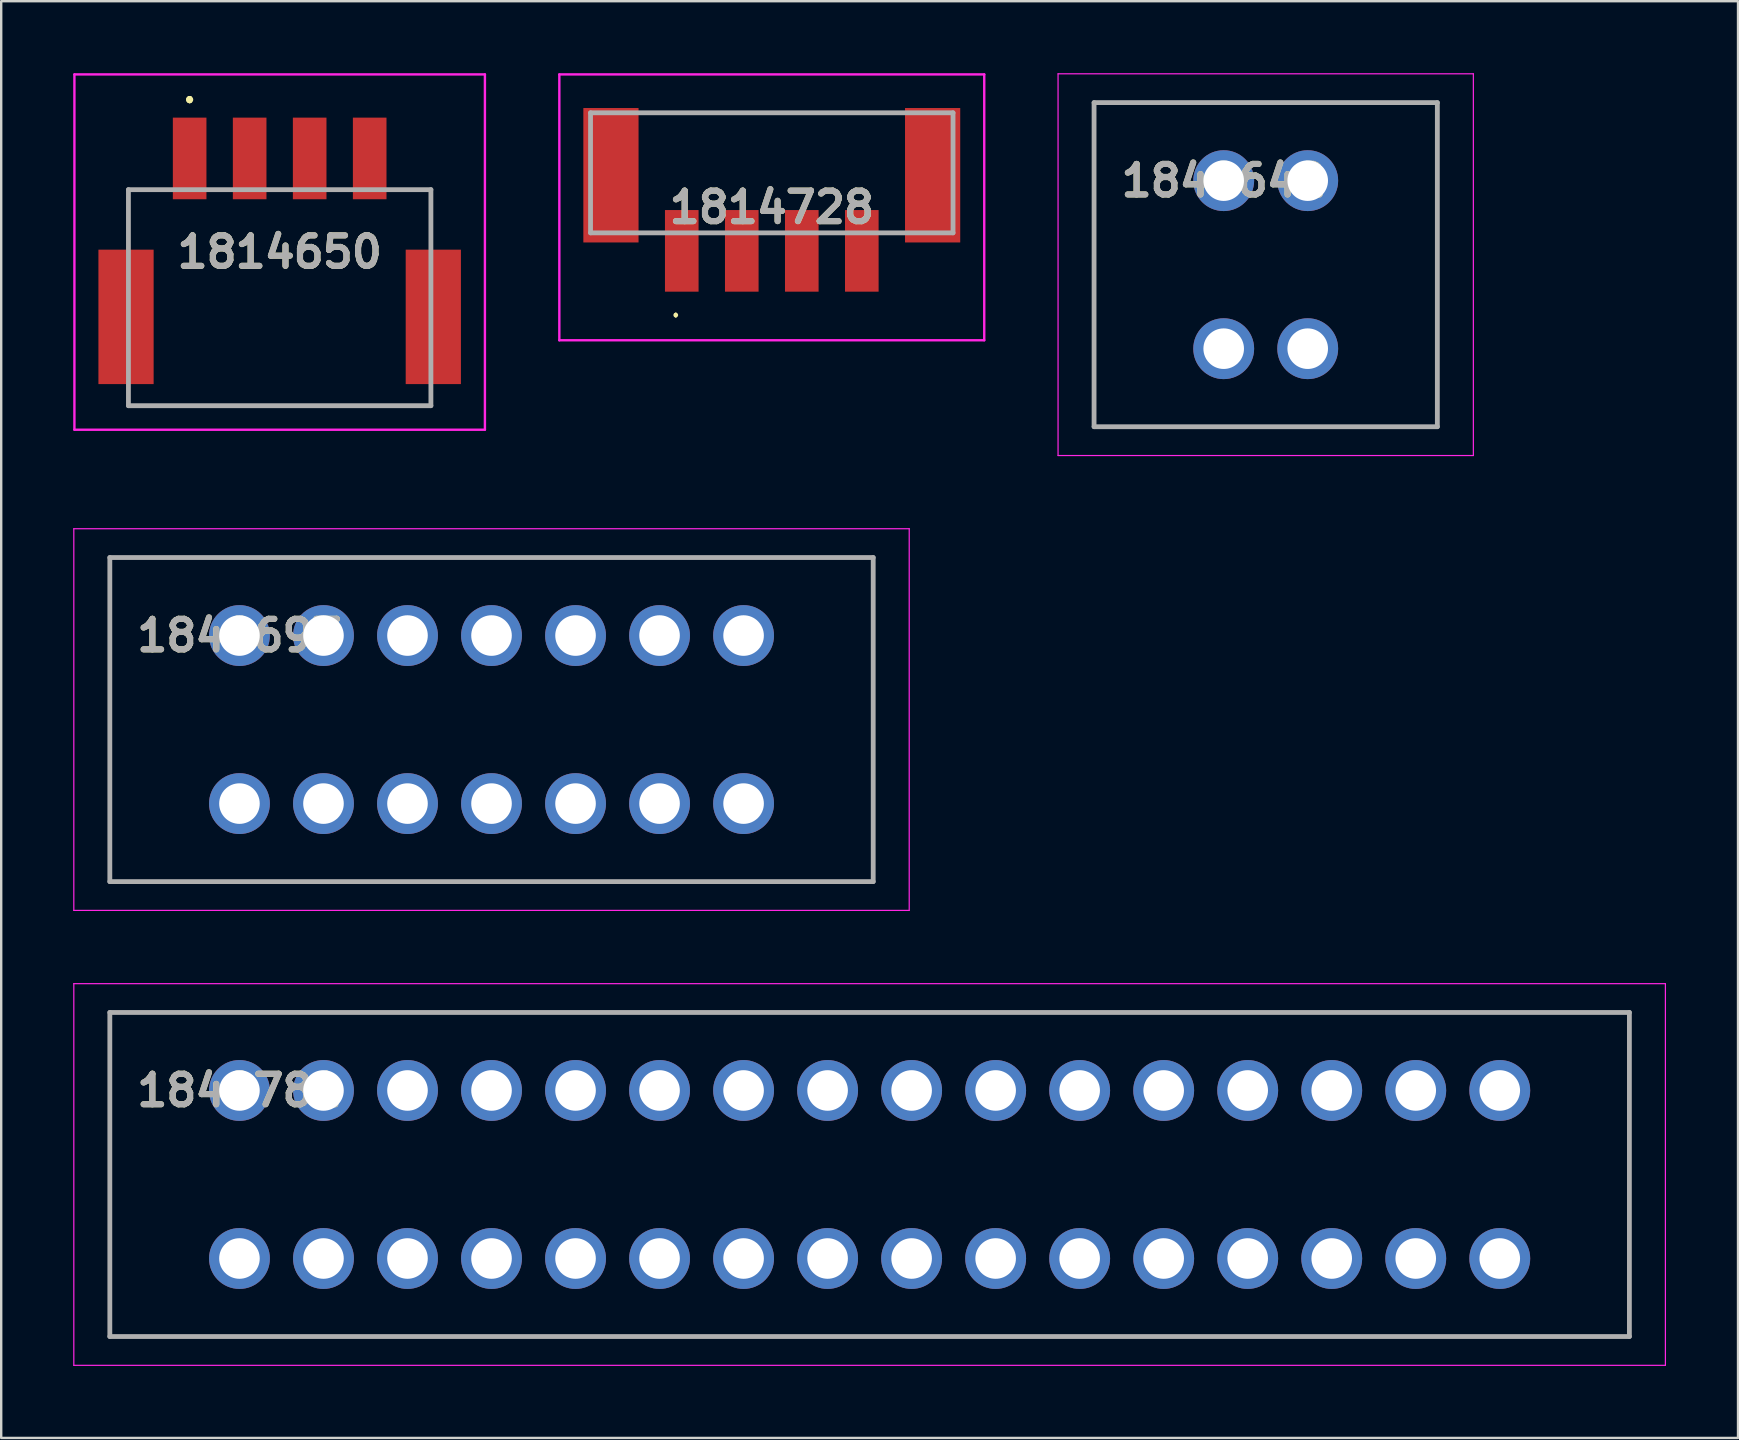
<source format=kicad_pcb>
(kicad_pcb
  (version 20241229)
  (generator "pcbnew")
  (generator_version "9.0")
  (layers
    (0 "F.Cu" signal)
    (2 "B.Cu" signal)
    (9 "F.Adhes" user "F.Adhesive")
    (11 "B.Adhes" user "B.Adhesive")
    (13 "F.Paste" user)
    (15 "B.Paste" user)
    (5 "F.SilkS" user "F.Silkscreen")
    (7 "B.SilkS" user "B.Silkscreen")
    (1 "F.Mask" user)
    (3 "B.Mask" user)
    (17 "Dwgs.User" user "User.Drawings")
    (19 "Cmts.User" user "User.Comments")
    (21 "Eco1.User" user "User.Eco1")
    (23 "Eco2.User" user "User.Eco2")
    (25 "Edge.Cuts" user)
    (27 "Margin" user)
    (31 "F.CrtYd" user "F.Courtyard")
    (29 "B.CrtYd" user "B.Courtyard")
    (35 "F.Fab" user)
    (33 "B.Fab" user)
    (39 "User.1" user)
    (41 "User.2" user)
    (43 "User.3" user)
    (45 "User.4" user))
  (footprint "1848642"
    (layer "F.Cu")
    (at 47.925 4.475)
    (property "Reference" "1848642" (at 0 0 0) (layer "F.SilkS") (effects (font (size 1.27 1.27) (thickness 0.254))))
    (attr through_hole)
    (fp_line (start -5.4 -3.25) (end 8.9 -3.25) (stroke (width 0.1) (type solid)) (layer "F.SilkS"))
    (fp_line (start 8.9 10.25) (end -5.4 10.25) (stroke (width 0.1) (type solid)) (layer "F.SilkS"))
    (fp_line (start -6.9 -4.45) (end 10.4 -4.45) (stroke (width 0.05) (type solid)) (layer "F.CrtYd"))
    (fp_line (start -6.9 11.45) (end -6.9 -4.45) (stroke (width 0.05) (type solid)) (layer "F.CrtYd"))
    (fp_line (start 10.4 -4.45) (end 10.4 11.45) (stroke (width 0.05) (type solid)) (layer "F.CrtYd"))
    (fp_line (start 10.4 11.45) (end -6.9 11.45) (stroke (width 0.05) (type solid)) (layer "F.CrtYd"))
    (fp_line (start -5.4 -3.25) (end 8.9 -3.25) (stroke (width 0.2) (type solid)) (layer "F.Fab"))
    (fp_line (start -5.4 10.25) (end -5.4 -3.25) (stroke (width 0.2) (type solid)) (layer "F.Fab"))
    (fp_line (start 8.9 -3.25) (end 8.9 10.25) (stroke (width 0.2) (type solid)) (layer "F.Fab"))
    (fp_line (start 8.9 10.25) (end -5.4 10.25) (stroke (width 0.2) (type solid)) (layer "F.Fab"))
    (fp_text user "${REFERENCE}" (at 0 0 0) (layer "F.Fab") (effects (font (size 1.27 1.27) (thickness 0.254))))
    (pad "" np_thru_hole circle (at -4.25 3.5) (size 0.001 0.001) (drill 3.3) (layers "*.Cu" "*.Mask"))
    (pad "" np_thru_hole circle (at -4 9) (size 0.001 0.001) (drill 1.6) (layers "*.Cu" "*.Mask"))
    (pad "" np_thru_hole circle (at -3.5 0) (size 0.001 0.001) (drill 1.6) (layers "*.Cu" "*.Mask"))
    (pad "" np_thru_hole circle (at -3.5 7) (size 0.001 0.001) (drill 1.6) (layers "*.Cu" "*.Mask"))
    (pad "" np_thru_hole circle (at -2.5 -2) (size 0.001 0.001) (drill 1.6) (layers "*.Cu" "*.Mask"))
    (pad "" np_thru_hole circle (at 7 0) (size 0.001 0.001) (drill 1.6) (layers "*.Cu" "*.Mask"))
    (pad "" np_thru_hole circle (at 7 7) (size 0.001 0.001) (drill 1.6) (layers "*.Cu" "*.Mask"))
    (pad "" np_thru_hole circle (at 7.5 -2) (size 0.001 0.001) (drill 1.6) (layers "*.Cu" "*.Mask"))
    (pad "" np_thru_hole circle (at 7.5 9) (size 0.001 0.001) (drill 1.6) (layers "*.Cu" "*.Mask"))
    (pad "" np_thru_hole circle (at 7.75 3.5) (size 0.001 0.001) (drill 3.3) (layers "*.Cu" "*.Mask"))
    (pad "1" thru_hole circle (at 0 0) (size 2.535 2.535) (drill 1.69) (layers "*.Cu" "*.Mask"))
    (pad "2" thru_hole circle (at 3.5 0) (size 2.535 2.535) (drill 1.69) (layers "*.Cu" "*.Mask"))
    (pad "3" thru_hole circle (at 0 7) (size 2.535 2.535) (drill 1.69) (layers "*.Cu" "*.Mask"))
    (pad "4" thru_hole circle (at 3.5 7) (size 2.535 2.535) (drill 1.69) (layers "*.Cu" "*.Mask")))
  (footprint "1814650"
    (layer "F.Cu")
    (at 8.6 9.35)
    (property "Reference" "1814650" (at 0 -1.9 0) (layer "F.SilkS") (effects (font (size 1.27 1.27) (thickness 0.254))))
    (attr smd)
    (fp_line (start -6.3 -4.5) (end -6.3 -4.5) (stroke (width 0.1) (type solid)) (layer "F.SilkS"))
    (fp_line (start -6.3 -4.5) (end -6.3 -4.5) (stroke (width 0.1) (type solid)) (layer "F.SilkS"))
    (fp_line (start -6.3 -4.5) (end -6.3 -2.5) (stroke (width 0.1) (type solid)) (layer "F.SilkS"))
    (fp_line (start -6.3 -4.5) (end -5 -4.5) (stroke (width 0.1) (type solid)) (layer "F.SilkS"))
    (fp_line (start -6.3 -2.5) (end -6.3 -4.5) (stroke (width 0.1) (type solid)) (layer "F.SilkS"))
    (fp_line (start -6.3 -2.5) (end -6.3 -2.5) (stroke (width 0.1) (type solid)) (layer "F.SilkS"))
    (fp_line (start -6.3 4.25) (end -6.3 4.25) (stroke (width 0.1) (type solid)) (layer "F.SilkS"))
    (fp_line (start -6.3 4.25) (end -6.3 4.5) (stroke (width 0.1) (type solid)) (layer "F.SilkS"))
    (fp_line (start -6.3 4.5) (end -6.3 4.25) (stroke (width 0.1) (type solid)) (layer "F.SilkS"))
    (fp_line (start -6.3 4.5) (end -6.3 4.5) (stroke (width 0.1) (type solid)) (layer "F.SilkS"))
    (fp_line (start -6.3 4.5) (end -6.3 4.5) (stroke (width 0.1) (type solid)) (layer "F.SilkS"))
    (fp_line (start -6.3 4.5) (end 6.3 4.5) (stroke (width 0.1) (type solid)) (layer "F.SilkS"))
    (fp_line (start -5 -4.5) (end -6.3 -4.5) (stroke (width 0.1) (type solid)) (layer "F.SilkS"))
    (fp_line (start -5 -4.5) (end -5 -4.5) (stroke (width 0.1) (type solid)) (layer "F.SilkS"))
    (fp_line (start -3.75 -8.3) (end -3.75 -8.3) (stroke (width 0.2) (type solid)) (layer "F.SilkS"))
    (fp_line (start -3.75 -8.3) (end -3.75 -8.3) (stroke (width 0.2) (type solid)) (layer "F.SilkS"))
    (fp_line (start -3.75 -8.2) (end -3.75 -8.2) (stroke (width 0.2) (type solid)) (layer "F.SilkS"))
    (fp_line (start 5 -4.5) (end 5 -4.5) (stroke (width 0.1) (type solid)) (layer "F.SilkS"))
    (fp_line (start 5 -4.5) (end 6.3 -4.5) (stroke (width 0.1) (type solid)) (layer "F.SilkS"))
    (fp_line (start 6.3 -4.5) (end 5 -4.5) (stroke (width 0.1) (type solid)) (layer "F.SilkS"))
    (fp_line (start 6.3 -4.5) (end 6.3 -4.5) (stroke (width 0.1) (type solid)) (layer "F.SilkS"))
    (fp_line (start 6.3 -4.5) (end 6.3 -4.5) (stroke (width 0.1) (type solid)) (layer "F.SilkS"))
    (fp_line (start 6.3 -4.5) (end 6.3 -2.5) (stroke (width 0.1) (type solid)) (layer "F.SilkS"))
    (fp_line (start 6.3 -2.5) (end 6.3 -4.5) (stroke (width 0.1) (type solid)) (layer "F.SilkS"))
    (fp_line (start 6.3 -2.5) (end 6.3 -2.5) (stroke (width 0.1) (type solid)) (layer "F.SilkS"))
    (fp_line (start 6.3 4.25) (end 6.3 4.25) (stroke (width 0.1) (type solid)) (layer "F.SilkS"))
    (fp_line (start 6.3 4.25) (end 6.3 4.5) (stroke (width 0.1) (type solid)) (layer "F.SilkS"))
    (fp_line (start 6.3 4.5) (end -6.3 4.5) (stroke (width 0.1) (type solid)) (layer "F.SilkS"))
    (fp_line (start 6.3 4.5) (end 6.3 4.25) (stroke (width 0.1) (type solid)) (layer "F.SilkS"))
    (fp_line (start 6.3 4.5) (end 6.3 4.5) (stroke (width 0.1) (type solid)) (layer "F.SilkS"))
    (fp_line (start 6.3 4.5) (end 6.3 4.5) (stroke (width 0.1) (type solid)) (layer "F.SilkS"))
    (fp_arc (start -3.75 -8.3) (mid -3.7 -8.25) (end -3.75 -8.2) (stroke (width 0.2) (type solid)) (layer "F.SilkS"))
    (fp_arc (start -3.75 -8.2) (mid -3.8 -8.25) (end -3.75 -8.3) (stroke (width 0.2) (type solid)) (layer "F.SilkS"))
    (fp_arc (start -3.75 -8.2) (mid -3.8 -8.25) (end -3.75 -8.3) (stroke (width 0.2) (type solid)) (layer "F.SilkS"))
    (fp_line (start -8.55 -9.3) (end 8.55 -9.3) (stroke (width 0.1) (type solid)) (layer "F.CrtYd"))
    (fp_line (start -8.55 5.5) (end -8.55 -9.3) (stroke (width 0.1) (type solid)) (layer "F.CrtYd"))
    (fp_line (start 8.55 -9.3) (end 8.55 5.5) (stroke (width 0.1) (type solid)) (layer "F.CrtYd"))
    (fp_line (start 8.55 5.5) (end -8.55 5.5) (stroke (width 0.1) (type solid)) (layer "F.CrtYd"))
    (fp_line (start -6.3 -4.5) (end -6.3 4.5) (stroke (width 0.2) (type solid)) (layer "F.Fab"))
    (fp_line (start -6.3 4.5) (end 6.3 4.5) (stroke (width 0.2) (type solid)) (layer "F.Fab"))
    (fp_line (start 6.3 -4.5) (end -6.3 -4.5) (stroke (width 0.2) (type solid)) (layer "F.Fab"))
    (fp_line (start 6.3 4.5) (end 6.3 -4.5) (stroke (width 0.2) (type solid)) (layer "F.Fab"))
    (fp_text user "${REFERENCE}" (at 0 -1.9 0) (layer "F.Fab") (effects (font (size 1.27 1.27) (thickness 0.254))))
    (pad "1" smd rect (at -3.75 -5.8) (size 1.4 3.4) (layers "F.Cu" "F.Mask" "F.Paste"))
    (pad "2" smd rect (at -1.25 -5.8) (size 1.4 3.4) (layers "F.Cu" "F.Mask" "F.Paste"))
    (pad "3" smd rect (at 1.25 -5.8) (size 1.4 3.4) (layers "F.Cu" "F.Mask" "F.Paste"))
    (pad "4" smd rect (at 3.75 -5.8) (size 1.4 3.4) (layers "F.Cu" "F.Mask" "F.Paste"))
    (pad "MP1" smd rect (at -6.4 0.8) (size 2.3 5.6) (layers "F.Cu" "F.Mask" "F.Paste"))
    (pad "MP2" smd rect (at 6.4 0.8) (size 2.3 5.6) (layers "F.Cu" "F.Mask" "F.Paste")))
  (footprint "1814728"
    (layer "F.Cu")
    (at 29.1 5.587)
    (property "Reference" "1814728" (at 0 0 0) (layer "F.SilkS") (effects (font (size 1.27 1.27) (thickness 0.254))))
    (attr smd)
    (fp_line (start -5 -3.938) (end 5 -3.938) (stroke (width 0.1) (type solid)) (layer "F.SilkS"))
    (fp_line (start -4 4.438) (end -4 4.438) (stroke (width 0.1) (type solid)) (layer "F.SilkS"))
    (fp_line (start -4 4.537) (end -4 4.537) (stroke (width 0.1) (type solid)) (layer "F.SilkS"))
    (fp_arc (start -4 4.438) (mid -3.9505 4.4875) (end -4 4.537) (stroke (width 0.1) (type solid)) (layer "F.SilkS"))
    (fp_arc (start -4 4.537) (mid -4.0495 4.4875) (end -4 4.438) (stroke (width 0.1) (type solid)) (layer "F.SilkS"))
    (fp_line (start -8.85 -5.537) (end 8.85 -5.537) (stroke (width 0.1) (type solid)) (layer "F.CrtYd"))
    (fp_line (start -8.85 5.537) (end -8.85 -5.537) (stroke (width 0.1) (type solid)) (layer "F.CrtYd"))
    (fp_line (start 8.85 -5.537) (end 8.85 5.537) (stroke (width 0.1) (type solid)) (layer "F.CrtYd"))
    (fp_line (start 8.85 5.537) (end -8.85 5.537) (stroke (width 0.1) (type solid)) (layer "F.CrtYd"))
    (fp_line (start -7.55 -3.938) (end 7.55 -3.938) (stroke (width 0.2) (type solid)) (layer "F.Fab"))
    (fp_line (start -7.55 1.063) (end -7.55 -3.938) (stroke (width 0.2) (type solid)) (layer "F.Fab"))
    (fp_line (start 7.55 -3.938) (end 7.55 1.063) (stroke (width 0.2) (type solid)) (layer "F.Fab"))
    (fp_line (start 7.55 1.063) (end -7.55 1.063) (stroke (width 0.2) (type solid)) (layer "F.Fab"))
    (fp_text user "${REFERENCE}" (at 0 0 0) (layer "F.Fab") (effects (font (size 1.27 1.27) (thickness 0.254))))
    (pad "1" smd rect (at -3.75 1.813) (size 1.4 3.4) (layers "F.Cu" "F.Mask" "F.Paste"))
    (pad "2" smd rect (at -1.25 1.813) (size 1.4 3.4) (layers "F.Cu" "F.Mask" "F.Paste"))
    (pad "3" smd rect (at 1.25 1.813) (size 1.4 3.4) (layers "F.Cu" "F.Mask" "F.Paste"))
    (pad "4" smd rect (at 3.75 1.813) (size 1.4 3.4) (layers "F.Cu" "F.Mask" "F.Paste"))
    (pad "MP1" smd rect (at -6.7 -1.337) (size 2.3 5.6) (layers "F.Cu" "F.Mask" "F.Paste"))
    (pad "MP2" smd rect (at 6.7 -1.337) (size 2.3 5.6) (layers "F.Cu" "F.Mask" "F.Paste")))
  (footprint "1848781"
    (layer "F.Cu")
    (at 6.925 42.375)
    (property "Reference" "1848781" (at 0 0 0) (layer "F.SilkS") (effects (font (size 1.27 1.27) (thickness 0.254))))
    (attr through_hole)
    (fp_line (start -5.4 -3.25) (end 57.9 -3.25) (stroke (width 0.1) (type solid)) (layer "F.SilkS"))
    (fp_line (start 57.9 10.25) (end -5.4 10.25) (stroke (width 0.1) (type solid)) (layer "F.SilkS"))
    (fp_line (start -6.9 -4.45) (end 59.4 -4.45) (stroke (width 0.05) (type solid)) (layer "F.CrtYd"))
    (fp_line (start -6.9 11.45) (end -6.9 -4.45) (stroke (width 0.05) (type solid)) (layer "F.CrtYd"))
    (fp_line (start 59.4 -4.45) (end 59.4 11.45) (stroke (width 0.05) (type solid)) (layer "F.CrtYd"))
    (fp_line (start 59.4 11.45) (end -6.9 11.45) (stroke (width 0.05) (type solid)) (layer "F.CrtYd"))
    (fp_line (start -5.4 -3.25) (end 57.9 -3.25) (stroke (width 0.2) (type solid)) (layer "F.Fab"))
    (fp_line (start -5.4 10.25) (end -5.4 -3.25) (stroke (width 0.2) (type solid)) (layer "F.Fab"))
    (fp_line (start 57.9 -3.25) (end 57.9 10.25) (stroke (width 0.2) (type solid)) (layer "F.Fab"))
    (fp_line (start 57.9 10.25) (end -5.4 10.25) (stroke (width 0.2) (type solid)) (layer "F.Fab"))
    (fp_text user "${REFERENCE}" (at 0 0 0) (layer "F.Fab") (effects (font (size 1.27 1.27) (thickness 0.254))))
    (pad "" np_thru_hole circle (at -4.25 3.5) (size 0.001 0.001) (drill 3.3) (layers "*.Cu" "*.Mask"))
    (pad "" np_thru_hole circle (at -4 9) (size 0.001 0.001) (drill 1.6) (layers "*.Cu" "*.Mask"))
    (pad "" np_thru_hole circle (at -3.5 0) (size 0.001 0.001) (drill 1.6) (layers "*.Cu" "*.Mask"))
    (pad "" np_thru_hole circle (at -3.5 7) (size 0.001 0.001) (drill 1.6) (layers "*.Cu" "*.Mask"))
    (pad "" np_thru_hole circle (at -2.5 -2) (size 0.001 0.001) (drill 1.6) (layers "*.Cu" "*.Mask"))
    (pad "" np_thru_hole circle (at 56 0) (size 0.001 0.001) (drill 1.6) (layers "*.Cu" "*.Mask"))
    (pad "" np_thru_hole circle (at 56 7) (size 0.001 0.001) (drill 1.6) (layers "*.Cu" "*.Mask"))
    (pad "" np_thru_hole circle (at 56.5 -2) (size 0.001 0.001) (drill 1.6) (layers "*.Cu" "*.Mask"))
    (pad "" np_thru_hole circle (at 56.5 9) (size 0.001 0.001) (drill 1.6) (layers "*.Cu" "*.Mask"))
    (pad "" np_thru_hole circle (at 56.75 3.5) (size 0.001 0.001) (drill 3.3) (layers "*.Cu" "*.Mask"))
    (pad "1" thru_hole circle (at 0 0) (size 2.535 2.535) (drill 1.69) (layers "*.Cu" "*.Mask"))
    (pad "2" thru_hole circle (at 3.5 0) (size 2.535 2.535) (drill 1.69) (layers "*.Cu" "*.Mask"))
    (pad "3" thru_hole circle (at 7 0) (size 2.535 2.535) (drill 1.69) (layers "*.Cu" "*.Mask"))
    (pad "4" thru_hole circle (at 10.5 0) (size 2.535 2.535) (drill 1.69) (layers "*.Cu" "*.Mask"))
    (pad "5" thru_hole circle (at 14 0) (size 2.535 2.535) (drill 1.69) (layers "*.Cu" "*.Mask"))
    (pad "6" thru_hole circle (at 17.5 0) (size 2.535 2.535) (drill 1.69) (layers "*.Cu" "*.Mask"))
    (pad "7" thru_hole circle (at 21 0) (size 2.535 2.535) (drill 1.69) (layers "*.Cu" "*.Mask"))
    (pad "8" thru_hole circle (at 24.5 0) (size 2.535 2.535) (drill 1.69) (layers "*.Cu" "*.Mask"))
    (pad "9" thru_hole circle (at 28 0) (size 2.535 2.535) (drill 1.69) (layers "*.Cu" "*.Mask"))
    (pad "10" thru_hole circle (at 31.5 0) (size 2.535 2.535) (drill 1.69) (layers "*.Cu" "*.Mask"))
    (pad "11" thru_hole circle (at 35 0) (size 2.535 2.535) (drill 1.69) (layers "*.Cu" "*.Mask"))
    (pad "12" thru_hole circle (at 38.5 0) (size 2.535 2.535) (drill 1.69) (layers "*.Cu" "*.Mask"))
    (pad "13" thru_hole circle (at 42 0) (size 2.535 2.535) (drill 1.69) (layers "*.Cu" "*.Mask"))
    (pad "14" thru_hole circle (at 45.5 0) (size 2.535 2.535) (drill 1.69) (layers "*.Cu" "*.Mask"))
    (pad "15" thru_hole circle (at 49 0) (size 2.535 2.535) (drill 1.69) (layers "*.Cu" "*.Mask"))
    (pad "16" thru_hole circle (at 52.5 0) (size 2.535 2.535) (drill 1.69) (layers "*.Cu" "*.Mask"))
    (pad "17" thru_hole circle (at 0 7) (size 2.535 2.535) (drill 1.69) (layers "*.Cu" "*.Mask"))
    (pad "18" thru_hole circle (at 3.5 7) (size 2.535 2.535) (drill 1.69) (layers "*.Cu" "*.Mask"))
    (pad "19" thru_hole circle (at 7 7) (size 2.535 2.535) (drill 1.69) (layers "*.Cu" "*.Mask"))
    (pad "20" thru_hole circle (at 10.5 7) (size 2.535 2.535) (drill 1.69) (layers "*.Cu" "*.Mask"))
    (pad "21" thru_hole circle (at 14 7) (size 2.535 2.535) (drill 1.69) (layers "*.Cu" "*.Mask"))
    (pad "22" thru_hole circle (at 17.5 7) (size 2.535 2.535) (drill 1.69) (layers "*.Cu" "*.Mask"))
    (pad "23" thru_hole circle (at 21 7) (size 2.535 2.535) (drill 1.69) (layers "*.Cu" "*.Mask"))
    (pad "24" thru_hole circle (at 24.5 7) (size 2.535 2.535) (drill 1.69) (layers "*.Cu" "*.Mask"))
    (pad "25" thru_hole circle (at 28 7) (size 2.535 2.535) (drill 1.69) (layers "*.Cu" "*.Mask"))
    (pad "26" thru_hole circle (at 31.5 7) (size 2.535 2.535) (drill 1.69) (layers "*.Cu" "*.Mask"))
    (pad "27" thru_hole circle (at 35 7) (size 2.535 2.535) (drill 1.69) (layers "*.Cu" "*.Mask"))
    (pad "28" thru_hole circle (at 38.5 7) (size 2.535 2.535) (drill 1.69) (layers "*.Cu" "*.Mask"))
    (pad "29" thru_hole circle (at 42 7) (size 2.535 2.535) (drill 1.69) (layers "*.Cu" "*.Mask"))
    (pad "30" thru_hole circle (at 45.5 7) (size 2.535 2.535) (drill 1.69) (layers "*.Cu" "*.Mask"))
    (pad "31" thru_hole circle (at 49 7) (size 2.535 2.535) (drill 1.69) (layers "*.Cu" "*.Mask"))
    (pad "32" thru_hole circle (at 52.5 7) (size 2.535 2.535) (drill 1.69) (layers "*.Cu" "*.Mask")))
  (footprint "1848697"
    (layer "F.Cu")
    (at 6.925 23.425)
    (property "Reference" "1848697" (at 0 0 0) (layer "F.SilkS") (effects (font (size 1.27 1.27) (thickness 0.254))))
    (attr through_hole)
    (fp_line (start -5.4 -3.25) (end 26.4 -3.25) (stroke (width 0.1) (type solid)) (layer "F.SilkS"))
    (fp_line (start 26.4 10.25) (end -5.4 10.25) (stroke (width 0.1) (type solid)) (layer "F.SilkS"))
    (fp_line (start -6.9 -4.45) (end 27.9 -4.45) (stroke (width 0.05) (type solid)) (layer "F.CrtYd"))
    (fp_line (start -6.9 11.45) (end -6.9 -4.45) (stroke (width 0.05) (type solid)) (layer "F.CrtYd"))
    (fp_line (start 27.9 -4.45) (end 27.9 11.45) (stroke (width 0.05) (type solid)) (layer "F.CrtYd"))
    (fp_line (start 27.9 11.45) (end -6.9 11.45) (stroke (width 0.05) (type solid)) (layer "F.CrtYd"))
    (fp_line (start -5.4 -3.25) (end 26.4 -3.25) (stroke (width 0.2) (type solid)) (layer "F.Fab"))
    (fp_line (start -5.4 10.25) (end -5.4 -3.25) (stroke (width 0.2) (type solid)) (layer "F.Fab"))
    (fp_line (start 26.4 -3.25) (end 26.4 10.25) (stroke (width 0.2) (type solid)) (layer "F.Fab"))
    (fp_line (start 26.4 10.25) (end -5.4 10.25) (stroke (width 0.2) (type solid)) (layer "F.Fab"))
    (fp_text user "${REFERENCE}" (at 0 0 0) (layer "F.Fab") (effects (font (size 1.27 1.27) (thickness 0.254))))
    (pad "" np_thru_hole circle (at -4.25 3.5) (size 0.001 0.001) (drill 3.3) (layers "*.Cu" "*.Mask"))
    (pad "" np_thru_hole circle (at -4 9) (size 0.001 0.001) (drill 1.6) (layers "*.Cu" "*.Mask"))
    (pad "" np_thru_hole circle (at -3.5 0) (size 0.001 0.001) (drill 1.6) (layers "*.Cu" "*.Mask"))
    (pad "" np_thru_hole circle (at -3.5 7) (size 0.001 0.001) (drill 1.6) (layers "*.Cu" "*.Mask"))
    (pad "" np_thru_hole circle (at -2.5 -2) (size 0.001 0.001) (drill 1.6) (layers "*.Cu" "*.Mask"))
    (pad "" np_thru_hole circle (at 24.5 0) (size 0.001 0.001) (drill 1.6) (layers "*.Cu" "*.Mask"))
    (pad "" np_thru_hole circle (at 24.5 7) (size 0.001 0.001) (drill 1.6) (layers "*.Cu" "*.Mask"))
    (pad "" np_thru_hole circle (at 25 -2) (size 0.001 0.001) (drill 1.6) (layers "*.Cu" "*.Mask"))
    (pad "" np_thru_hole circle (at 25 9) (size 0.001 0.001) (drill 1.6) (layers "*.Cu" "*.Mask"))
    (pad "" np_thru_hole circle (at 25.25 3.5) (size 0.001 0.001) (drill 3.3) (layers "*.Cu" "*.Mask"))
    (pad "1" thru_hole circle (at 0 0) (size 2.535 2.535) (drill 1.69) (layers "*.Cu" "*.Mask"))
    (pad "2" thru_hole circle (at 3.5 0) (size 2.535 2.535) (drill 1.69) (layers "*.Cu" "*.Mask"))
    (pad "3" thru_hole circle (at 7 0) (size 2.535 2.535) (drill 1.69) (layers "*.Cu" "*.Mask"))
    (pad "4" thru_hole circle (at 10.5 0) (size 2.535 2.535) (drill 1.69) (layers "*.Cu" "*.Mask"))
    (pad "5" thru_hole circle (at 14 0) (size 2.535 2.535) (drill 1.69) (layers "*.Cu" "*.Mask"))
    (pad "6" thru_hole circle (at 17.5 0) (size 2.535 2.535) (drill 1.69) (layers "*.Cu" "*.Mask"))
    (pad "7" thru_hole circle (at 21 0) (size 2.535 2.535) (drill 1.69) (layers "*.Cu" "*.Mask"))
    (pad "8" thru_hole circle (at 0 7) (size 2.535 2.535) (drill 1.69) (layers "*.Cu" "*.Mask"))
    (pad "9" thru_hole circle (at 3.5 7) (size 2.535 2.535) (drill 1.69) (layers "*.Cu" "*.Mask"))
    (pad "10" thru_hole circle (at 7 7) (size 2.535 2.535) (drill 1.69) (layers "*.Cu" "*.Mask"))
    (pad "11" thru_hole circle (at 10.5 7) (size 2.535 2.535) (drill 1.69) (layers "*.Cu" "*.Mask"))
    (pad "12" thru_hole circle (at 14 7) (size 2.535 2.535) (drill 1.69) (layers "*.Cu" "*.Mask"))
    (pad "13" thru_hole circle (at 17.5 7) (size 2.535 2.535) (drill 1.69) (layers "*.Cu" "*.Mask"))
    (pad "14" thru_hole circle (at 21 7) (size 2.535 2.535) (drill 1.69) (layers "*.Cu" "*.Mask")))
  (gr_rect
    (start -3 -3)
    (end 69.35 56.85)
    (stroke (width 0.1) (type default))
    (fill no)
    (layer "Edge.Cuts")))
</source>
